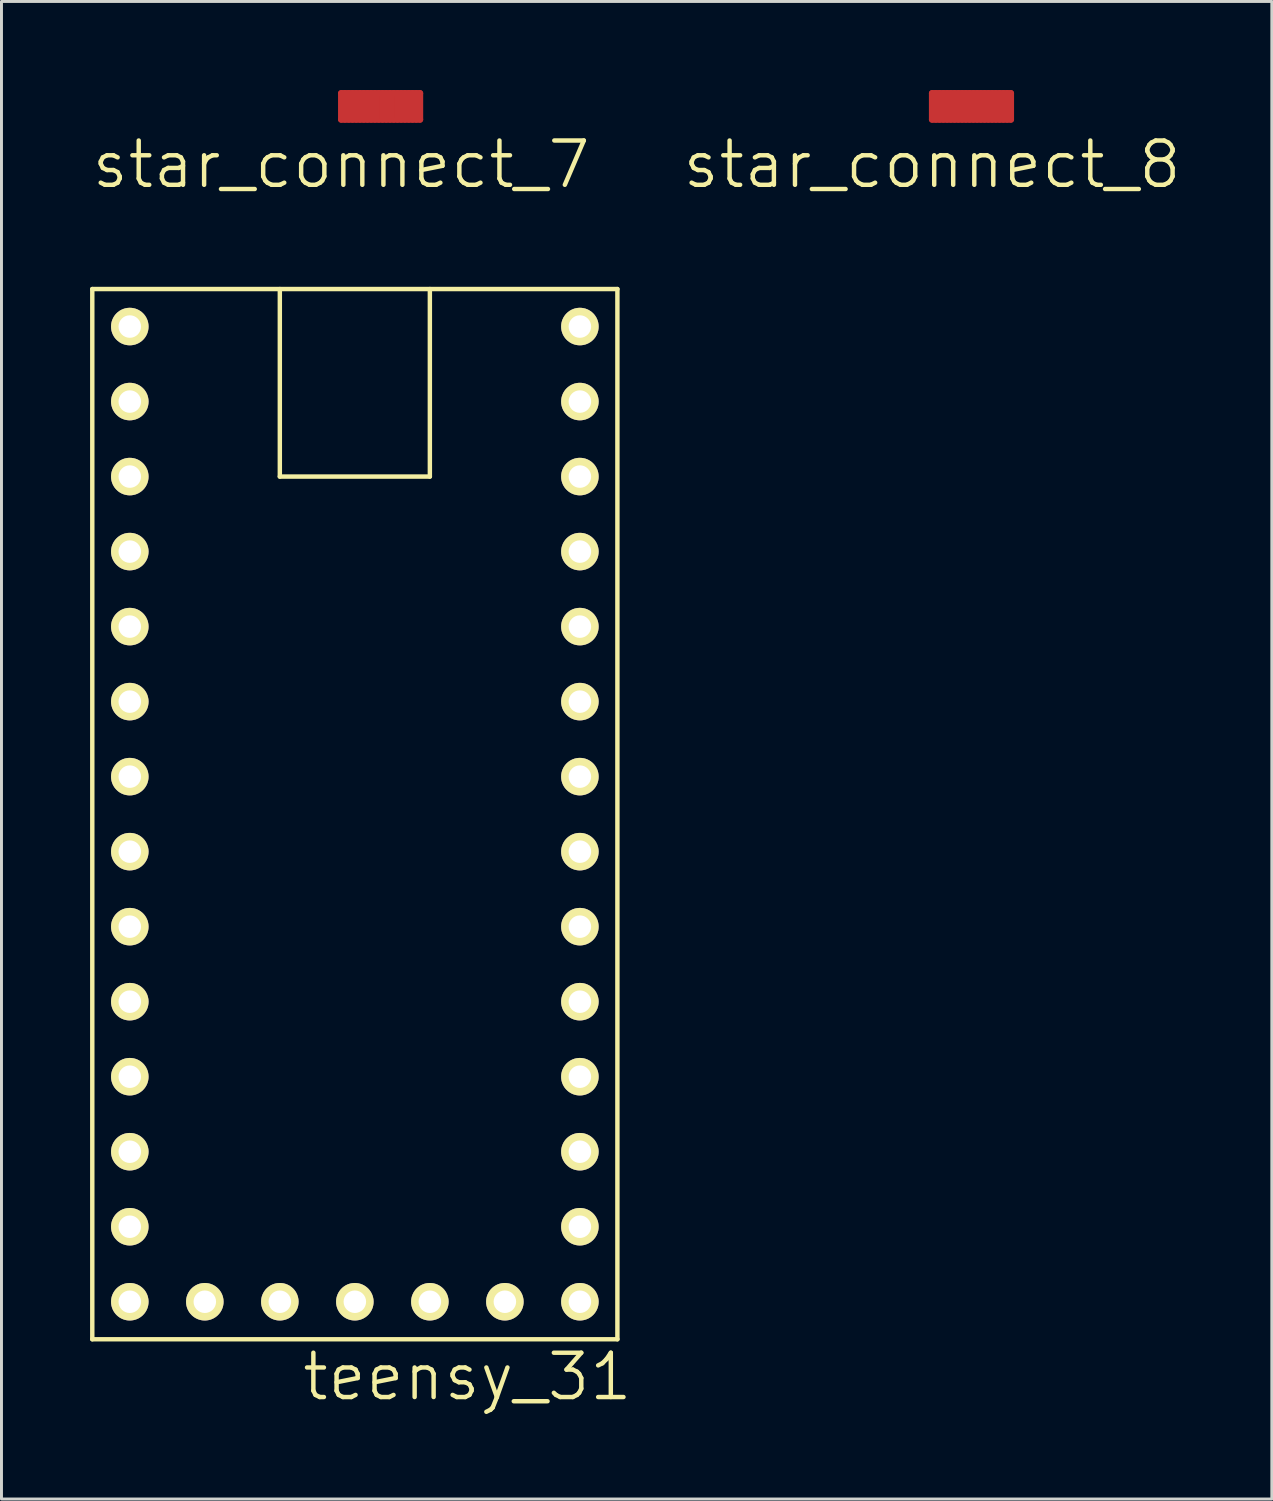
<source format=kicad_pcb>
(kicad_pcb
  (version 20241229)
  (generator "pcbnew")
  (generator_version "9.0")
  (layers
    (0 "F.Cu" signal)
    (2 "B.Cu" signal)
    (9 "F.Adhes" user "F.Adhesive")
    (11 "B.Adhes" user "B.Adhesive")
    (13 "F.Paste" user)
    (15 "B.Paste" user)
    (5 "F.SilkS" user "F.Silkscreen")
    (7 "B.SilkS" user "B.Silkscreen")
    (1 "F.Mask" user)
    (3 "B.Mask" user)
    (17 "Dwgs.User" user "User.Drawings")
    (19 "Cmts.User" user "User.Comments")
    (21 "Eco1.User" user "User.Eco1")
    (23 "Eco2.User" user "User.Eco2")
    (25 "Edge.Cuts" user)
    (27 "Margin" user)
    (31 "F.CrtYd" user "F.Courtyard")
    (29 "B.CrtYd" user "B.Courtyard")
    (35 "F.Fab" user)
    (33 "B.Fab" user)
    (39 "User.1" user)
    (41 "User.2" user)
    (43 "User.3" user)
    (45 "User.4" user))
  (footprint "star_connect_7"
    (layer "F.Cu")
    (at 8.504 0.997)
    (property "Reference" "star_connect_7" (at 0 1.524 0) (layer "F.SilkS") (effects (font (size 1.5 1.5) (thickness 0.15))))
    (attr through_hole)
    (fp_line (start 0 -0.889) (end 0 0) (stroke (width 0.216) (type solid)) (layer "F.Cu"))
    (fp_line (start 0 0) (end 2.667 0) (stroke (width 0.216) (type solid)) (layer "F.Cu"))
    (fp_line (start 0.127 -0.889) (end 0.127 0) (stroke (width 0.216) (type solid)) (layer "F.Cu"))
    (fp_line (start 0.254 -0.889) (end 0.254 0) (stroke (width 0.216) (type solid)) (layer "F.Cu"))
    (fp_line (start 0.381 -0.889) (end 0.381 0) (stroke (width 0.216) (type solid)) (layer "F.Cu"))
    (fp_line (start 0.508 -0.889) (end 0.508 0) (stroke (width 0.216) (type solid)) (layer "F.Cu"))
    (fp_line (start 0.635 -0.889) (end 0.635 0) (stroke (width 0.216) (type solid)) (layer "F.Cu"))
    (fp_line (start 0.762 -0.889) (end 0.762 0) (stroke (width 0.216) (type solid)) (layer "F.Cu"))
    (fp_line (start 0.889 -0.889) (end 0.889 0) (stroke (width 0.216) (type solid)) (layer "F.Cu"))
    (fp_line (start 1.016 -0.889) (end 1.016 0) (stroke (width 0.216) (type solid)) (layer "F.Cu"))
    (fp_line (start 1.143 -0.889) (end 1.143 0) (stroke (width 0.216) (type solid)) (layer "F.Cu"))
    (fp_line (start 1.27 -0.889) (end 1.27 0) (stroke (width 0.216) (type solid)) (layer "F.Cu"))
    (fp_line (start 1.397 -0.889) (end 1.397 0) (stroke (width 0.216) (type solid)) (layer "F.Cu"))
    (fp_line (start 1.524 -0.889) (end 1.524 0) (stroke (width 0.216) (type solid)) (layer "F.Cu"))
    (fp_line (start 1.651 -0.889) (end 1.651 0) (stroke (width 0.216) (type solid)) (layer "F.Cu"))
    (fp_line (start 1.778 -0.889) (end 1.778 0) (stroke (width 0.216) (type solid)) (layer "F.Cu"))
    (fp_line (start 1.905 -0.889) (end 1.905 0) (stroke (width 0.216) (type solid)) (layer "F.Cu"))
    (fp_line (start 2.032 -0.889) (end 2.032 0) (stroke (width 0.216) (type solid)) (layer "F.Cu"))
    (fp_line (start 2.159 -0.889) (end 2.159 0) (stroke (width 0.216) (type solid)) (layer "F.Cu"))
    (fp_line (start 2.286 -0.889) (end 2.286 0) (stroke (width 0.216) (type solid)) (layer "F.Cu"))
    (fp_line (start 2.413 -0.889) (end 2.413 0) (stroke (width 0.216) (type solid)) (layer "F.Cu"))
    (fp_line (start 2.54 -0.889) (end 2.54 0) (stroke (width 0.216) (type solid)) (layer "F.Cu"))
    (fp_line (start 2.667 -0.889) (end 0 -0.889) (stroke (width 0.216) (type solid)) (layer "F.Cu"))
    (fp_line (start 2.667 -0.889) (end 2.667 0) (stroke (width 0.216) (type solid)) (layer "F.Cu"))
    (pad "1" smd circle (at 0 0) (size 0.127 0.127) (layers "F.Cu"))
    (pad "2" smd circle (at 0.889 0) (size 0.127 0.127) (layers "F.Cu"))
    (pad "3" smd circle (at 1.778 0) (size 0.127 0.127) (layers "F.Cu"))
    (pad "4" smd circle (at 2.667 0) (size 0.127 0.127) (layers "F.Cu"))
    (pad "5" smd circle (at 2.667 -0.889) (size 0.127 0.127) (layers "F.Cu"))
    (pad "6" smd circle (at 1.778 -0.889) (size 0.127 0.127) (layers "F.Cu"))
    (pad "7" smd circle (at 0.889 -0.889) (size 0.127 0.127) (layers "F.Cu")))
  (footprint "star_connect_8"
    (layer "F.Cu")
    (at 28.511 0.997)
    (property "Reference" "star_connect_8" (at 0 1.524 0) (layer "F.SilkS") (effects (font (size 1.5 1.5) (thickness 0.15))))
    (attr through_hole)
    (fp_line (start 0 -0.889) (end 0 0) (stroke (width 0.216) (type solid)) (layer "F.Cu"))
    (fp_line (start 0 0) (end 2.667 0) (stroke (width 0.216) (type solid)) (layer "F.Cu"))
    (fp_line (start 0.127 -0.889) (end 0.127 0) (stroke (width 0.216) (type solid)) (layer "F.Cu"))
    (fp_line (start 0.254 -0.889) (end 0.254 0) (stroke (width 0.216) (type solid)) (layer "F.Cu"))
    (fp_line (start 0.381 -0.889) (end 0.381 0) (stroke (width 0.216) (type solid)) (layer "F.Cu"))
    (fp_line (start 0.508 -0.889) (end 0.508 0) (stroke (width 0.216) (type solid)) (layer "F.Cu"))
    (fp_line (start 0.635 -0.889) (end 0.635 0) (stroke (width 0.216) (type solid)) (layer "F.Cu"))
    (fp_line (start 0.762 -0.889) (end 0.762 0) (stroke (width 0.216) (type solid)) (layer "F.Cu"))
    (fp_line (start 0.889 -0.889) (end 0.889 0) (stroke (width 0.216) (type solid)) (layer "F.Cu"))
    (fp_line (start 1.016 -0.889) (end 1.016 0) (stroke (width 0.216) (type solid)) (layer "F.Cu"))
    (fp_line (start 1.143 -0.889) (end 1.143 0) (stroke (width 0.216) (type solid)) (layer "F.Cu"))
    (fp_line (start 1.27 -0.889) (end 1.27 0) (stroke (width 0.216) (type solid)) (layer "F.Cu"))
    (fp_line (start 1.397 -0.889) (end 1.397 0) (stroke (width 0.216) (type solid)) (layer "F.Cu"))
    (fp_line (start 1.524 -0.889) (end 1.524 0) (stroke (width 0.216) (type solid)) (layer "F.Cu"))
    (fp_line (start 1.651 -0.889) (end 1.651 0) (stroke (width 0.216) (type solid)) (layer "F.Cu"))
    (fp_line (start 1.778 -0.889) (end 1.778 0) (stroke (width 0.216) (type solid)) (layer "F.Cu"))
    (fp_line (start 1.905 -0.889) (end 1.905 0) (stroke (width 0.216) (type solid)) (layer "F.Cu"))
    (fp_line (start 2.032 -0.889) (end 2.032 0) (stroke (width 0.216) (type solid)) (layer "F.Cu"))
    (fp_line (start 2.159 -0.889) (end 2.159 0) (stroke (width 0.216) (type solid)) (layer "F.Cu"))
    (fp_line (start 2.286 -0.889) (end 2.286 0) (stroke (width 0.216) (type solid)) (layer "F.Cu"))
    (fp_line (start 2.413 -0.889) (end 2.413 0) (stroke (width 0.216) (type solid)) (layer "F.Cu"))
    (fp_line (start 2.54 -0.889) (end 2.54 0) (stroke (width 0.216) (type solid)) (layer "F.Cu"))
    (fp_line (start 2.667 -0.889) (end 0 -0.889) (stroke (width 0.216) (type solid)) (layer "F.Cu"))
    (fp_line (start 2.667 -0.889) (end 2.667 0) (stroke (width 0.216) (type solid)) (layer "F.Cu"))
    (pad "1" smd circle (at 0 0) (size 0.127 0.127) (layers "F.Cu"))
    (pad "2" smd circle (at 0.889 0) (size 0.127 0.127) (layers "F.Cu"))
    (pad "3" smd circle (at 1.778 0) (size 0.127 0.127) (layers "F.Cu"))
    (pad "4" smd circle (at 2.667 0) (size 0.127 0.127) (layers "F.Cu"))
    (pad "5" smd circle (at 2.667 -0.889) (size 0.127 0.127) (layers "F.Cu"))
    (pad "6" smd circle (at 1.778 -0.889) (size 0.127 0.127) (layers "F.Cu"))
    (pad "7" smd circle (at 0.889 -0.889) (size 0.127 0.127) (layers "F.Cu"))
    (pad "8" smd circle (at 0 -0.889) (size 0.127 0.127) (layers "F.Cu")))
  (footprint "teensy_31"
    (layer "F.Cu")
    (at 8.965 23.247)
    (property "Reference" "teensy_31" (at 3.81 20.32 0) (layer "F.SilkS") (effects (font (size 1.5 1.5) (thickness 0.15))))
    (attr through_hole)
    (fp_line (start -8.89 -16.51) (end -8.89 19.05) (stroke (width 0.15) (type solid)) (layer "F.SilkS"))
    (fp_line (start -8.89 19.05) (end 8.89 19.05) (stroke (width 0.15) (type solid)) (layer "F.SilkS"))
    (fp_line (start -2.54 -16.51) (end -2.54 -10.16) (stroke (width 0.15) (type solid)) (layer "F.SilkS"))
    (fp_line (start -2.54 -10.16) (end 2.54 -10.16) (stroke (width 0.15) (type solid)) (layer "F.SilkS"))
    (fp_line (start 2.54 -10.16) (end 2.54 -16.51) (stroke (width 0.15) (type solid)) (layer "F.SilkS"))
    (fp_line (start 8.89 -16.51) (end -8.89 -16.51) (stroke (width 0.15) (type solid)) (layer "F.SilkS"))
    (fp_line (start 8.89 19.05) (end 8.89 -16.51) (stroke (width 0.15) (type solid)) (layer "F.SilkS"))
    (pad "0" thru_hole circle (at -7.62 -12.7) (size 1.27 1.27) (drill 0.762) (layers "*.Cu" "*.Mask" "F.SilkS"))
    (pad "1" thru_hole circle (at -7.62 -10.16) (size 1.27 1.27) (drill 0.762) (layers "*.Cu" "*.Mask" "F.SilkS"))
    (pad "2" thru_hole circle (at -7.62 -7.62) (size 1.27 1.27) (drill 0.762) (layers "*.Cu" "*.Mask" "F.SilkS"))
    (pad "3" thru_hole circle (at -7.62 -5.08) (size 1.27 1.27) (drill 0.762) (layers "*.Cu" "*.Mask" "F.SilkS"))
    (pad "4" thru_hole circle (at -7.62 -2.54) (size 1.27 1.27) (drill 0.762) (layers "*.Cu" "*.Mask" "F.SilkS"))
    (pad "5" thru_hole circle (at -7.62 0) (size 1.27 1.27) (drill 0.762) (layers "*.Cu" "*.Mask" "F.SilkS"))
    (pad "6" thru_hole circle (at -7.62 2.54) (size 1.27 1.27) (drill 0.762) (layers "*.Cu" "*.Mask" "F.SilkS"))
    (pad "7" thru_hole circle (at -7.62 5.08) (size 1.27 1.27) (drill 0.762) (layers "*.Cu" "*.Mask" "F.SilkS"))
    (pad "8" thru_hole circle (at -7.62 7.62) (size 1.27 1.27) (drill 0.762) (layers "*.Cu" "*.Mask" "F.SilkS"))
    (pad "9" thru_hole circle (at -7.62 10.16) (size 1.27 1.27) (drill 0.762) (layers "*.Cu" "*.Mask" "F.SilkS"))
    (pad "10" thru_hole circle (at -7.62 12.7) (size 1.27 1.27) (drill 0.762) (layers "*.Cu" "*.Mask" "F.SilkS"))
    (pad "11" thru_hole circle (at -7.62 15.24) (size 1.27 1.27) (drill 0.762) (layers "*.Cu" "*.Mask" "F.SilkS"))
    (pad "12" thru_hole circle (at -7.62 17.78) (size 1.27 1.27) (drill 0.762) (layers "*.Cu" "*.Mask" "F.SilkS"))
    (pad "13" thru_hole circle (at 7.62 17.78) (size 1.27 1.27) (drill 0.762) (layers "*.Cu" "*.Mask" "F.SilkS"))
    (pad "14" thru_hole circle (at 7.62 15.24) (size 1.27 1.27) (drill 0.762) (layers "*.Cu" "*.Mask" "F.SilkS"))
    (pad "15" thru_hole circle (at 7.62 12.7) (size 1.27 1.27) (drill 0.762) (layers "*.Cu" "*.Mask" "F.SilkS"))
    (pad "16" thru_hole circle (at 7.62 10.16) (size 1.27 1.27) (drill 0.762) (layers "*.Cu" "*.Mask" "F.SilkS"))
    (pad "17" thru_hole circle (at 7.62 7.62) (size 1.27 1.27) (drill 0.762) (layers "*.Cu" "*.Mask" "F.SilkS"))
    (pad "18" thru_hole circle (at 7.62 5.08) (size 1.27 1.27) (drill 0.762) (layers "*.Cu" "*.Mask" "F.SilkS"))
    (pad "19" thru_hole circle (at 7.62 2.54) (size 1.27 1.27) (drill 0.762) (layers "*.Cu" "*.Mask" "F.SilkS"))
    (pad "20" thru_hole circle (at 7.62 0) (size 1.27 1.27) (drill 0.762) (layers "*.Cu" "*.Mask" "F.SilkS"))
    (pad "21" thru_hole circle (at 7.62 -2.54) (size 1.27 1.27) (drill 0.762) (layers "*.Cu" "*.Mask" "F.SilkS"))
    (pad "22" thru_hole circle (at 7.62 -5.08) (size 1.27 1.27) (drill 0.762) (layers "*.Cu" "*.Mask" "F.SilkS"))
    (pad "23" thru_hole circle (at 7.62 -7.62) (size 1.27 1.27) (drill 0.762) (layers "*.Cu" "*.Mask" "F.SilkS"))
    (pad "33V" thru_hole circle (at -2.54 17.78) (size 1.27 1.27) (drill 0.762) (layers "*.Cu" "*.Mask" "F.SilkS"))
    (pad "33V" thru_hole circle (at 7.62 -10.16) (size 1.27 1.27) (drill 0.762) (layers "*.Cu" "*.Mask" "F.SilkS"))
    (pad "A14" thru_hole circle (at 5.08 17.78) (size 1.27 1.27) (drill 0.762) (layers "*.Cu" "*.Mask" "F.SilkS"))
    (pad "AGND" thru_hole circle (at 7.62 -12.7) (size 1.27 1.27) (drill 0.762) (layers "*.Cu" "*.Mask" "F.SilkS"))
    (pad "DGND" thru_hole circle (at -7.62 -15.24) (size 1.27 1.27) (drill 0.762) (layers "*.Cu" "*.Mask" "F.SilkS"))
    (pad "GND" thru_hole circle (at 0 17.78) (size 1.27 1.27) (drill 0.762) (layers "*.Cu" "*.Mask" "F.SilkS"))
    (pad "Prog" thru_hole circle (at 2.54 17.78) (size 1.27 1.27) (drill 0.762) (layers "*.Cu" "*.Mask" "F.SilkS"))
    (pad "VBAT" thru_hole circle (at -5.08 17.78) (size 1.27 1.27) (drill 0.762) (layers "*.Cu" "*.Mask" "F.SilkS"))
    (pad "VIN" thru_hole circle (at 7.62 -15.24) (size 1.27 1.27) (drill 0.762) (layers "*.Cu" "*.Mask" "F.SilkS")))
  (gr_rect
    (start -3 -3)
    (end 40.014 47.707)
    (stroke (width 0.1) (type default))
    (fill no)
    (layer "Edge.Cuts")))
</source>
